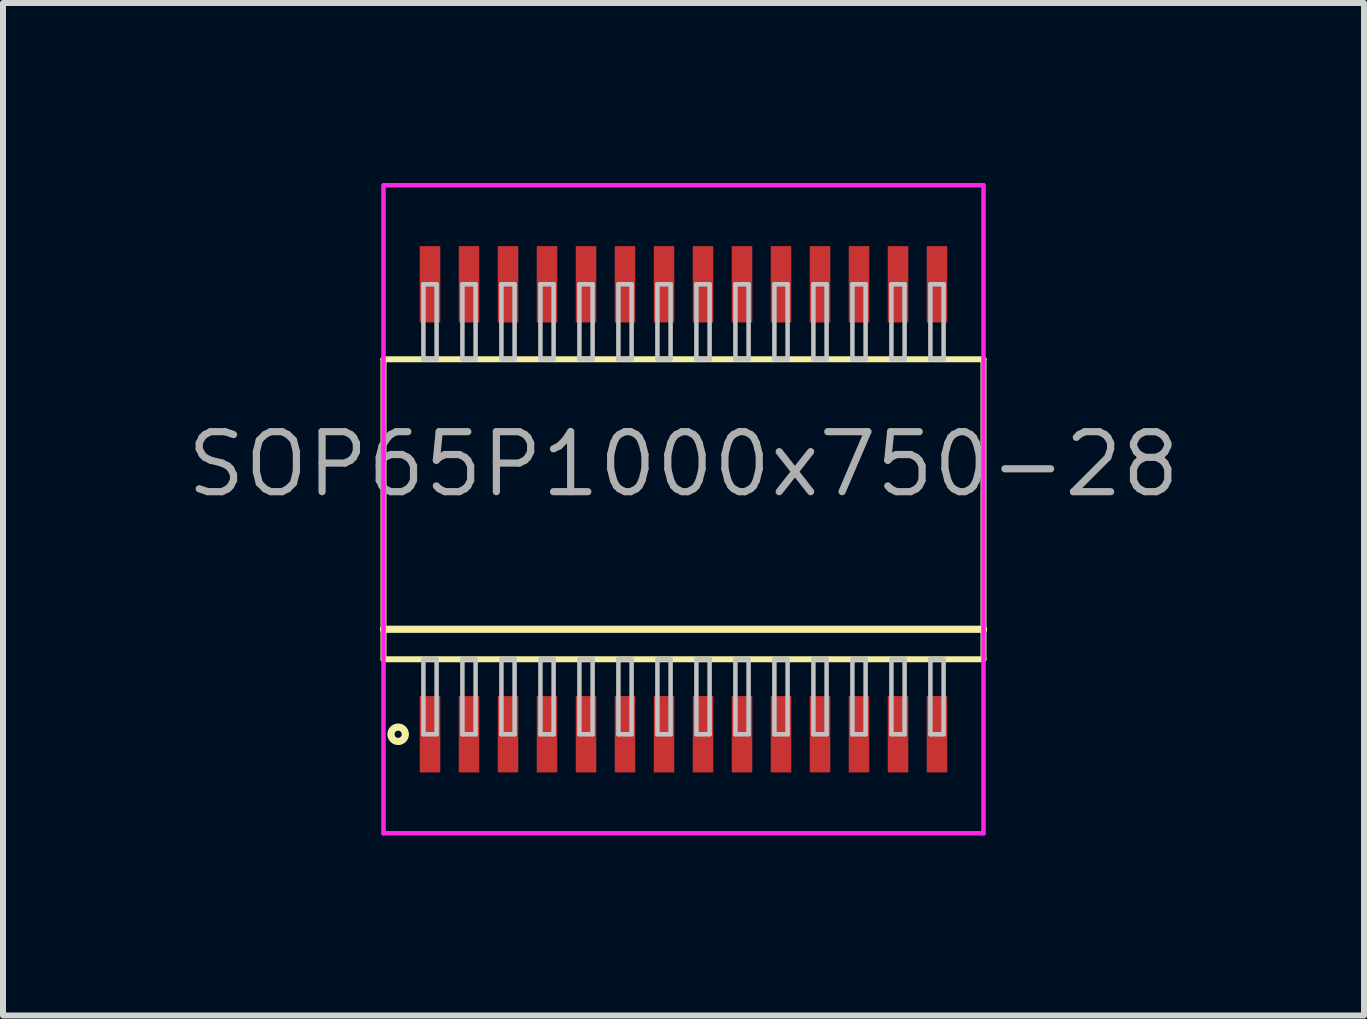
<source format=kicad_pcb>
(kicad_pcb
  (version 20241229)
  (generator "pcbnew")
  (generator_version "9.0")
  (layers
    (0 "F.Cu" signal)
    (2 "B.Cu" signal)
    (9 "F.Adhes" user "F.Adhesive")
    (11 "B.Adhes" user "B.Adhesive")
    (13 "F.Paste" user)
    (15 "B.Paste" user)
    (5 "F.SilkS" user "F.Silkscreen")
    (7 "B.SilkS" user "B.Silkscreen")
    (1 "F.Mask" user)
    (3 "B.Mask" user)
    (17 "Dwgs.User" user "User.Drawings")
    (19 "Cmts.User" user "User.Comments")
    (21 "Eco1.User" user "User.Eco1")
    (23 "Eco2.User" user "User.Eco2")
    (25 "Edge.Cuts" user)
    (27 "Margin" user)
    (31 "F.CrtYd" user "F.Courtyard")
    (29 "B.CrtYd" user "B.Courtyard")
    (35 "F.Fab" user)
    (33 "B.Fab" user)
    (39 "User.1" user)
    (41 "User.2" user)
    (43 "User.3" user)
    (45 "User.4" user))
  (footprint "SOP65P1000x750-28"
    (layer "F.Cu")
    (at 8.342 5.438)
    (property "Reference" "SOP65P1000x750-28" (at 0 -0.75 0) (layer "F.Fab") (effects (font (size 1 1) (thickness 0.12))))
    (attr through_hole)
    (fp_line (start -5 -2.5) (end -5 2.5) (stroke (width 0.1) (type solid)) (layer "F.SilkS"))
    (fp_line (start -5 2) (end 5 2) (stroke (width 0.12) (type solid)) (layer "F.SilkS"))
    (fp_line (start -5 2.5) (end 5 2.5) (stroke (width 0.1) (type solid)) (layer "F.SilkS"))
    (fp_line (start 5 -2.5) (end -5 -2.5) (stroke (width 0.1) (type solid)) (layer "F.SilkS"))
    (fp_line (start 5 2.5) (end 5 -2.5) (stroke (width 0.1) (type solid)) (layer "F.SilkS"))
    (fp_circle (center -4.756 3.75) (end -4.636 3.75) (stroke (width 0.12) (type solid)) (fill no) (layer "F.SilkS"))
    (fp_line (start -4.335 -3.75) (end -4.335 -2.5) (stroke (width 0.075) (type solid)) (layer "Dwgs.User"))
    (fp_line (start -4.335 -2.5) (end -4.115 -2.5) (stroke (width 0.075) (type solid)) (layer "Dwgs.User"))
    (fp_line (start -4.335 2.5) (end -4.115 2.5) (stroke (width 0.075) (type solid)) (layer "Dwgs.User"))
    (fp_line (start -4.335 3.75) (end -4.335 2.5) (stroke (width 0.075) (type solid)) (layer "Dwgs.User"))
    (fp_line (start -4.115 -3.75) (end -4.335 -3.75) (stroke (width 0.075) (type solid)) (layer "Dwgs.User"))
    (fp_line (start -4.115 -2.5) (end -4.115 -3.75) (stroke (width 0.075) (type solid)) (layer "Dwgs.User"))
    (fp_line (start -4.115 2.5) (end -4.115 3.75) (stroke (width 0.075) (type solid)) (layer "Dwgs.User"))
    (fp_line (start -4.115 3.75) (end -4.335 3.75) (stroke (width 0.075) (type solid)) (layer "Dwgs.User"))
    (fp_line (start -3.685 -3.75) (end -3.685 -2.5) (stroke (width 0.075) (type solid)) (layer "Dwgs.User"))
    (fp_line (start -3.685 -2.5) (end -3.465 -2.5) (stroke (width 0.075) (type solid)) (layer "Dwgs.User"))
    (fp_line (start -3.685 2.5) (end -3.465 2.5) (stroke (width 0.075) (type solid)) (layer "Dwgs.User"))
    (fp_line (start -3.685 3.75) (end -3.685 2.5) (stroke (width 0.075) (type solid)) (layer "Dwgs.User"))
    (fp_line (start -3.465 -3.75) (end -3.685 -3.75) (stroke (width 0.075) (type solid)) (layer "Dwgs.User"))
    (fp_line (start -3.465 -2.5) (end -3.465 -3.75) (stroke (width 0.075) (type solid)) (layer "Dwgs.User"))
    (fp_line (start -3.465 2.5) (end -3.465 3.75) (stroke (width 0.075) (type solid)) (layer "Dwgs.User"))
    (fp_line (start -3.465 3.75) (end -3.685 3.75) (stroke (width 0.075) (type solid)) (layer "Dwgs.User"))
    (fp_line (start -3.035 -3.75) (end -3.035 -2.5) (stroke (width 0.075) (type solid)) (layer "Dwgs.User"))
    (fp_line (start -3.035 -2.5) (end -2.815 -2.5) (stroke (width 0.075) (type solid)) (layer "Dwgs.User"))
    (fp_line (start -3.035 2.5) (end -2.815 2.5) (stroke (width 0.075) (type solid)) (layer "Dwgs.User"))
    (fp_line (start -3.035 3.75) (end -3.035 2.5) (stroke (width 0.075) (type solid)) (layer "Dwgs.User"))
    (fp_line (start -2.815 -3.75) (end -3.035 -3.75) (stroke (width 0.075) (type solid)) (layer "Dwgs.User"))
    (fp_line (start -2.815 -2.5) (end -2.815 -3.75) (stroke (width 0.075) (type solid)) (layer "Dwgs.User"))
    (fp_line (start -2.815 2.5) (end -2.815 3.75) (stroke (width 0.075) (type solid)) (layer "Dwgs.User"))
    (fp_line (start -2.815 3.75) (end -3.035 3.75) (stroke (width 0.075) (type solid)) (layer "Dwgs.User"))
    (fp_line (start -2.385 -3.75) (end -2.385 -2.5) (stroke (width 0.075) (type solid)) (layer "Dwgs.User"))
    (fp_line (start -2.385 -2.5) (end -2.165 -2.5) (stroke (width 0.075) (type solid)) (layer "Dwgs.User"))
    (fp_line (start -2.385 2.5) (end -2.165 2.5) (stroke (width 0.075) (type solid)) (layer "Dwgs.User"))
    (fp_line (start -2.385 3.75) (end -2.385 2.5) (stroke (width 0.075) (type solid)) (layer "Dwgs.User"))
    (fp_line (start -2.165 -3.75) (end -2.385 -3.75) (stroke (width 0.075) (type solid)) (layer "Dwgs.User"))
    (fp_line (start -2.165 -2.5) (end -2.165 -3.75) (stroke (width 0.075) (type solid)) (layer "Dwgs.User"))
    (fp_line (start -2.165 2.5) (end -2.165 3.75) (stroke (width 0.075) (type solid)) (layer "Dwgs.User"))
    (fp_line (start -2.165 3.75) (end -2.385 3.75) (stroke (width 0.075) (type solid)) (layer "Dwgs.User"))
    (fp_line (start -1.735 -3.75) (end -1.735 -2.5) (stroke (width 0.075) (type solid)) (layer "Dwgs.User"))
    (fp_line (start -1.735 -2.5) (end -1.515 -2.5) (stroke (width 0.075) (type solid)) (layer "Dwgs.User"))
    (fp_line (start -1.735 2.5) (end -1.515 2.5) (stroke (width 0.075) (type solid)) (layer "Dwgs.User"))
    (fp_line (start -1.735 3.75) (end -1.735 2.5) (stroke (width 0.075) (type solid)) (layer "Dwgs.User"))
    (fp_line (start -1.515 -3.75) (end -1.735 -3.75) (stroke (width 0.075) (type solid)) (layer "Dwgs.User"))
    (fp_line (start -1.515 -2.5) (end -1.515 -3.75) (stroke (width 0.075) (type solid)) (layer "Dwgs.User"))
    (fp_line (start -1.515 2.5) (end -1.515 3.75) (stroke (width 0.075) (type solid)) (layer "Dwgs.User"))
    (fp_line (start -1.515 3.75) (end -1.735 3.75) (stroke (width 0.075) (type solid)) (layer "Dwgs.User"))
    (fp_line (start -1.085 -3.75) (end -1.085 -2.5) (stroke (width 0.075) (type solid)) (layer "Dwgs.User"))
    (fp_line (start -1.085 -2.5) (end -0.865 -2.5) (stroke (width 0.075) (type solid)) (layer "Dwgs.User"))
    (fp_line (start -1.085 2.5) (end -0.865 2.5) (stroke (width 0.075) (type solid)) (layer "Dwgs.User"))
    (fp_line (start -1.085 3.75) (end -1.085 2.5) (stroke (width 0.075) (type solid)) (layer "Dwgs.User"))
    (fp_line (start -0.865 -3.75) (end -1.085 -3.75) (stroke (width 0.075) (type solid)) (layer "Dwgs.User"))
    (fp_line (start -0.865 -2.5) (end -0.865 -3.75) (stroke (width 0.075) (type solid)) (layer "Dwgs.User"))
    (fp_line (start -0.865 2.5) (end -0.865 3.75) (stroke (width 0.075) (type solid)) (layer "Dwgs.User"))
    (fp_line (start -0.865 3.75) (end -1.085 3.75) (stroke (width 0.075) (type solid)) (layer "Dwgs.User"))
    (fp_line (start -0.435 -3.75) (end -0.435 -2.5) (stroke (width 0.075) (type solid)) (layer "Dwgs.User"))
    (fp_line (start -0.435 -2.5) (end -0.215 -2.5) (stroke (width 0.075) (type solid)) (layer "Dwgs.User"))
    (fp_line (start -0.435 2.5) (end -0.215 2.5) (stroke (width 0.075) (type solid)) (layer "Dwgs.User"))
    (fp_line (start -0.435 3.75) (end -0.435 2.5) (stroke (width 0.075) (type solid)) (layer "Dwgs.User"))
    (fp_line (start -0.215 -3.75) (end -0.435 -3.75) (stroke (width 0.075) (type solid)) (layer "Dwgs.User"))
    (fp_line (start -0.215 -2.5) (end -0.215 -3.75) (stroke (width 0.075) (type solid)) (layer "Dwgs.User"))
    (fp_line (start -0.215 2.5) (end -0.215 3.75) (stroke (width 0.075) (type solid)) (layer "Dwgs.User"))
    (fp_line (start -0.215 3.75) (end -0.435 3.75) (stroke (width 0.075) (type solid)) (layer "Dwgs.User"))
    (fp_line (start 0.215 -3.75) (end 0.215 -2.5) (stroke (width 0.075) (type solid)) (layer "Dwgs.User"))
    (fp_line (start 0.215 -2.5) (end 0.435 -2.5) (stroke (width 0.075) (type solid)) (layer "Dwgs.User"))
    (fp_line (start 0.215 2.5) (end 0.435 2.5) (stroke (width 0.075) (type solid)) (layer "Dwgs.User"))
    (fp_line (start 0.215 3.75) (end 0.215 2.5) (stroke (width 0.075) (type solid)) (layer "Dwgs.User"))
    (fp_line (start 0.435 -3.75) (end 0.215 -3.75) (stroke (width 0.075) (type solid)) (layer "Dwgs.User"))
    (fp_line (start 0.435 -2.5) (end 0.435 -3.75) (stroke (width 0.075) (type solid)) (layer "Dwgs.User"))
    (fp_line (start 0.435 2.5) (end 0.435 3.75) (stroke (width 0.075) (type solid)) (layer "Dwgs.User"))
    (fp_line (start 0.435 3.75) (end 0.215 3.75) (stroke (width 0.075) (type solid)) (layer "Dwgs.User"))
    (fp_line (start 0.865 -3.75) (end 0.865 -2.5) (stroke (width 0.075) (type solid)) (layer "Dwgs.User"))
    (fp_line (start 0.865 -2.5) (end 1.085 -2.5) (stroke (width 0.075) (type solid)) (layer "Dwgs.User"))
    (fp_line (start 0.865 2.5) (end 1.085 2.5) (stroke (width 0.075) (type solid)) (layer "Dwgs.User"))
    (fp_line (start 0.865 3.75) (end 0.865 2.5) (stroke (width 0.075) (type solid)) (layer "Dwgs.User"))
    (fp_line (start 1.085 -3.75) (end 0.865 -3.75) (stroke (width 0.075) (type solid)) (layer "Dwgs.User"))
    (fp_line (start 1.085 -2.5) (end 1.085 -3.75) (stroke (width 0.075) (type solid)) (layer "Dwgs.User"))
    (fp_line (start 1.085 2.5) (end 1.085 3.75) (stroke (width 0.075) (type solid)) (layer "Dwgs.User"))
    (fp_line (start 1.085 3.75) (end 0.865 3.75) (stroke (width 0.075) (type solid)) (layer "Dwgs.User"))
    (fp_line (start 1.515 -3.75) (end 1.515 -2.5) (stroke (width 0.075) (type solid)) (layer "Dwgs.User"))
    (fp_line (start 1.515 -2.5) (end 1.735 -2.5) (stroke (width 0.075) (type solid)) (layer "Dwgs.User"))
    (fp_line (start 1.515 2.5) (end 1.735 2.5) (stroke (width 0.075) (type solid)) (layer "Dwgs.User"))
    (fp_line (start 1.515 3.75) (end 1.515 2.5) (stroke (width 0.075) (type solid)) (layer "Dwgs.User"))
    (fp_line (start 1.735 -3.75) (end 1.515 -3.75) (stroke (width 0.075) (type solid)) (layer "Dwgs.User"))
    (fp_line (start 1.735 -2.5) (end 1.735 -3.75) (stroke (width 0.075) (type solid)) (layer "Dwgs.User"))
    (fp_line (start 1.735 2.5) (end 1.735 3.75) (stroke (width 0.075) (type solid)) (layer "Dwgs.User"))
    (fp_line (start 1.735 3.75) (end 1.515 3.75) (stroke (width 0.075) (type solid)) (layer "Dwgs.User"))
    (fp_line (start 2.165 -3.75) (end 2.165 -2.5) (stroke (width 0.075) (type solid)) (layer "Dwgs.User"))
    (fp_line (start 2.165 -2.5) (end 2.385 -2.5) (stroke (width 0.075) (type solid)) (layer "Dwgs.User"))
    (fp_line (start 2.165 2.5) (end 2.385 2.5) (stroke (width 0.075) (type solid)) (layer "Dwgs.User"))
    (fp_line (start 2.165 3.75) (end 2.165 2.5) (stroke (width 0.075) (type solid)) (layer "Dwgs.User"))
    (fp_line (start 2.385 -3.75) (end 2.165 -3.75) (stroke (width 0.075) (type solid)) (layer "Dwgs.User"))
    (fp_line (start 2.385 -2.5) (end 2.385 -3.75) (stroke (width 0.075) (type solid)) (layer "Dwgs.User"))
    (fp_line (start 2.385 2.5) (end 2.385 3.75) (stroke (width 0.075) (type solid)) (layer "Dwgs.User"))
    (fp_line (start 2.385 3.75) (end 2.165 3.75) (stroke (width 0.075) (type solid)) (layer "Dwgs.User"))
    (fp_line (start 2.815 -3.75) (end 2.815 -2.5) (stroke (width 0.075) (type solid)) (layer "Dwgs.User"))
    (fp_line (start 2.815 -2.5) (end 3.035 -2.5) (stroke (width 0.075) (type solid)) (layer "Dwgs.User"))
    (fp_line (start 2.815 2.5) (end 3.035 2.5) (stroke (width 0.075) (type solid)) (layer "Dwgs.User"))
    (fp_line (start 2.815 3.75) (end 2.815 2.5) (stroke (width 0.075) (type solid)) (layer "Dwgs.User"))
    (fp_line (start 3.035 -3.75) (end 2.815 -3.75) (stroke (width 0.075) (type solid)) (layer "Dwgs.User"))
    (fp_line (start 3.035 -2.5) (end 3.035 -3.75) (stroke (width 0.075) (type solid)) (layer "Dwgs.User"))
    (fp_line (start 3.035 2.5) (end 3.035 3.75) (stroke (width 0.075) (type solid)) (layer "Dwgs.User"))
    (fp_line (start 3.035 3.75) (end 2.815 3.75) (stroke (width 0.075) (type solid)) (layer "Dwgs.User"))
    (fp_line (start 3.465 -3.75) (end 3.465 -2.5) (stroke (width 0.075) (type solid)) (layer "Dwgs.User"))
    (fp_line (start 3.465 -2.5) (end 3.685 -2.5) (stroke (width 0.075) (type solid)) (layer "Dwgs.User"))
    (fp_line (start 3.465 2.5) (end 3.685 2.5) (stroke (width 0.075) (type solid)) (layer "Dwgs.User"))
    (fp_line (start 3.465 3.75) (end 3.465 2.5) (stroke (width 0.075) (type solid)) (layer "Dwgs.User"))
    (fp_line (start 3.685 -3.75) (end 3.465 -3.75) (stroke (width 0.075) (type solid)) (layer "Dwgs.User"))
    (fp_line (start 3.685 -2.5) (end 3.685 -3.75) (stroke (width 0.075) (type solid)) (layer "Dwgs.User"))
    (fp_line (start 3.685 2.5) (end 3.685 3.75) (stroke (width 0.075) (type solid)) (layer "Dwgs.User"))
    (fp_line (start 3.685 3.75) (end 3.465 3.75) (stroke (width 0.075) (type solid)) (layer "Dwgs.User"))
    (fp_line (start 4.115 -3.75) (end 4.115 -2.5) (stroke (width 0.075) (type solid)) (layer "Dwgs.User"))
    (fp_line (start 4.115 -2.5) (end 4.335 -2.5) (stroke (width 0.075) (type solid)) (layer "Dwgs.User"))
    (fp_line (start 4.115 2.5) (end 4.335 2.5) (stroke (width 0.075) (type solid)) (layer "Dwgs.User"))
    (fp_line (start 4.115 3.75) (end 4.115 2.5) (stroke (width 0.075) (type solid)) (layer "Dwgs.User"))
    (fp_line (start 4.335 -3.75) (end 4.115 -3.75) (stroke (width 0.075) (type solid)) (layer "Dwgs.User"))
    (fp_line (start 4.335 -2.5) (end 4.335 -3.75) (stroke (width 0.075) (type solid)) (layer "Dwgs.User"))
    (fp_line (start 4.335 2.5) (end 4.335 3.75) (stroke (width 0.075) (type solid)) (layer "Dwgs.User"))
    (fp_line (start 4.335 3.75) (end 4.115 3.75) (stroke (width 0.075) (type solid)) (layer "Dwgs.User"))
    (fp_line (start -0.75 0) (end 0.75 0) (stroke (width 0.12) (type solid)) (layer "Eco1.User"))
    (fp_line (start 0 -0.75) (end 0 0.75) (stroke (width 0.12) (type solid)) (layer "Eco1.User"))
    (fp_circle (center 0 0) (end 0.5 0) (stroke (width 0.12) (type solid)) (fill no) (layer "Eco1.User"))
    (fp_line (start -5 -5.4) (end -5 5.4) (stroke (width 0.075) (type solid)) (layer "F.CrtYd"))
    (fp_line (start -5 5.4) (end 5 5.4) (stroke (width 0.075) (type solid)) (layer "F.CrtYd"))
    (fp_line (start 5 -5.4) (end -5 -5.4) (stroke (width 0.075) (type solid)) (layer "F.CrtYd"))
    (fp_line (start 5 5.4) (end 5 -5.4) (stroke (width 0.075) (type solid)) (layer "F.CrtYd"))
    (pad "1" smd rect (at -4.225 3.75) (size 0.342 1.272) (layers "F.Cu" "F.Mask" "F.Paste"))
    (pad "2" smd rect (at -3.575 3.75) (size 0.342 1.272) (layers "F.Cu" "F.Mask" "F.Paste"))
    (pad "3" smd rect (at -2.925 3.75) (size 0.342 1.272) (layers "F.Cu" "F.Mask" "F.Paste"))
    (pad "4" smd rect (at -2.275 3.75) (size 0.342 1.272) (layers "F.Cu" "F.Mask" "F.Paste"))
    (pad "5" smd rect (at -1.625 3.75) (size 0.342 1.272) (layers "F.Cu" "F.Mask" "F.Paste"))
    (pad "6" smd rect (at -0.975 3.75) (size 0.342 1.272) (layers "F.Cu" "F.Mask" "F.Paste"))
    (pad "7" smd rect (at -0.325 3.75) (size 0.342 1.272) (layers "F.Cu" "F.Mask" "F.Paste"))
    (pad "8" smd rect (at 0.325 3.75) (size 0.342 1.272) (layers "F.Cu" "F.Mask" "F.Paste"))
    (pad "9" smd rect (at 0.975 3.75) (size 0.342 1.272) (layers "F.Cu" "F.Mask" "F.Paste"))
    (pad "10" smd rect (at 1.625 3.75) (size 0.342 1.272) (layers "F.Cu" "F.Mask" "F.Paste"))
    (pad "11" smd rect (at 2.275 3.75) (size 0.342 1.272) (layers "F.Cu" "F.Mask" "F.Paste"))
    (pad "12" smd rect (at 2.925 3.75) (size 0.342 1.272) (layers "F.Cu" "F.Mask" "F.Paste"))
    (pad "13" smd rect (at 3.575 3.75) (size 0.342 1.272) (layers "F.Cu" "F.Mask" "F.Paste"))
    (pad "14" smd rect (at 4.225 3.75) (size 0.342 1.272) (layers "F.Cu" "F.Mask" "F.Paste"))
    (pad "15" smd rect (at 4.225 -3.75) (size 0.342 1.272) (layers "F.Cu" "F.Mask" "F.Paste"))
    (pad "16" smd rect (at 3.575 -3.75) (size 0.342 1.272) (layers "F.Cu" "F.Mask" "F.Paste"))
    (pad "17" smd rect (at 2.925 -3.75) (size 0.342 1.272) (layers "F.Cu" "F.Mask" "F.Paste"))
    (pad "18" smd rect (at 2.275 -3.75) (size 0.342 1.272) (layers "F.Cu" "F.Mask" "F.Paste"))
    (pad "19" smd rect (at 1.625 -3.75) (size 0.342 1.272) (layers "F.Cu" "F.Mask" "F.Paste"))
    (pad "20" smd rect (at 0.975 -3.75) (size 0.342 1.272) (layers "F.Cu" "F.Mask" "F.Paste"))
    (pad "21" smd rect (at 0.325 -3.75) (size 0.342 1.272) (layers "F.Cu" "F.Mask" "F.Paste"))
    (pad "22" smd rect (at -0.325 -3.75) (size 0.342 1.272) (layers "F.Cu" "F.Mask" "F.Paste"))
    (pad "23" smd rect (at -0.975 -3.75) (size 0.342 1.272) (layers "F.Cu" "F.Mask" "F.Paste"))
    (pad "24" smd rect (at -1.625 -3.75) (size 0.342 1.272) (layers "F.Cu" "F.Mask" "F.Paste"))
    (pad "25" smd rect (at -2.275 -3.75) (size 0.342 1.272) (layers "F.Cu" "F.Mask" "F.Paste"))
    (pad "26" smd rect (at -2.925 -3.75) (size 0.342 1.272) (layers "F.Cu" "F.Mask" "F.Paste"))
    (pad "27" smd rect (at -3.575 -3.75) (size 0.342 1.272) (layers "F.Cu" "F.Mask" "F.Paste"))
    (pad "28" smd rect (at -4.225 -3.75) (size 0.342 1.272) (layers "F.Cu" "F.Mask" "F.Paste")))
  (gr_rect
    (start -3 -3)
    (end 19.684 13.875)
    (stroke (width 0.1) (type default))
    (fill no)
    (layer "Edge.Cuts")))
</source>
